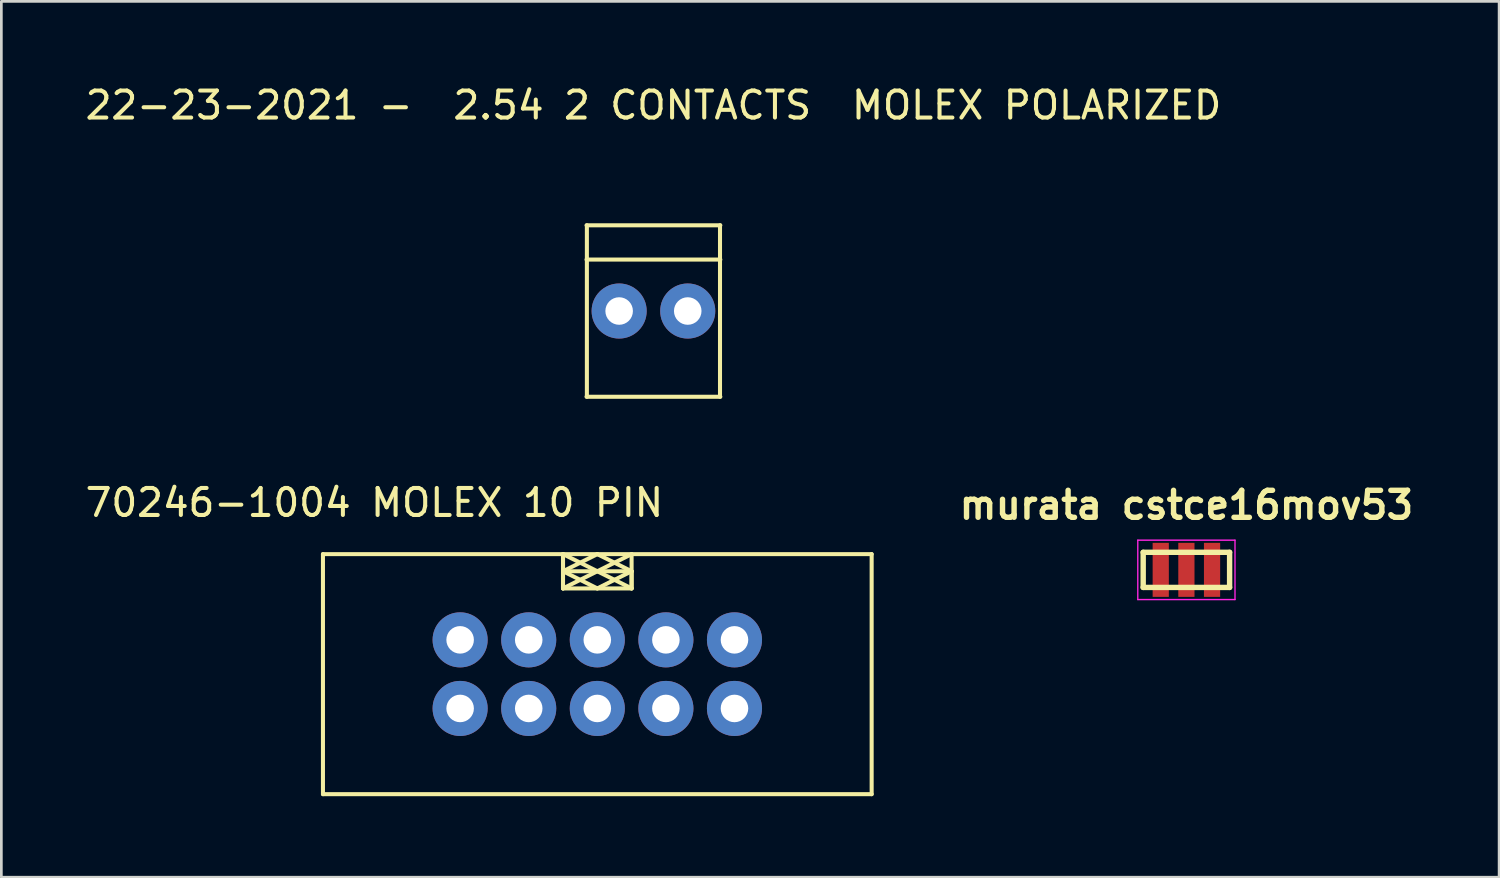
<source format=kicad_pcb>
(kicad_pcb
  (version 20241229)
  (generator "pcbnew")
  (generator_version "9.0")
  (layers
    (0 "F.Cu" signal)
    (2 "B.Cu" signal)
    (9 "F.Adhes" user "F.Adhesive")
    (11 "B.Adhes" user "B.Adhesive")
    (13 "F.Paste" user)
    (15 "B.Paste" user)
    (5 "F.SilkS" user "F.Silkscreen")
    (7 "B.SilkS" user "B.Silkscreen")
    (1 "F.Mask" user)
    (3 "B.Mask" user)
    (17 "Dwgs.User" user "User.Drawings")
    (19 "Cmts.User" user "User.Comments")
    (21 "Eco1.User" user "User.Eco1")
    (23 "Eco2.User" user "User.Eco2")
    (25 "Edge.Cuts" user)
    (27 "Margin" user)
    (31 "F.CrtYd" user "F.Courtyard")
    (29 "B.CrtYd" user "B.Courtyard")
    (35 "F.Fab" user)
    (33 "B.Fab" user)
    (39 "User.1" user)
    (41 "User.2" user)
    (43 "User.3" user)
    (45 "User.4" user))
  (footprint "70246-1004 MOLEX 10 PIN"
    (layer "F.Cu")
    (at 19.07 21.916)
    (property "Reference" "70246-1004 MOLEX 10 PIN" (at -8.255 -6.35 0) (layer "F.SilkS") (effects (font (size 1 1) (thickness 0.15))))
    (attr through_hole)
    (fp_line (start -10.16 -4.445) (end 10.16 -4.445) (stroke (width 0.15) (type solid)) (layer "F.SilkS"))
    (fp_line (start -10.16 4.445) (end -10.16 -4.445) (stroke (width 0.15) (type solid)) (layer "F.SilkS"))
    (fp_line (start -1.27 -4.445) (end -1.27 -3.175) (stroke (width 0.15) (type solid)) (layer "F.SilkS"))
    (fp_line (start -1.27 -4.445) (end 1.27 -3.175) (stroke (width 0.15) (type solid)) (layer "F.SilkS"))
    (fp_line (start -1.27 -3.81) (end 0 -4.445) (stroke (width 0.15) (type solid)) (layer "F.SilkS"))
    (fp_line (start -1.27 -3.175) (end -1.27 -4.445) (stroke (width 0.15) (type solid)) (layer "F.SilkS"))
    (fp_line (start -1.27 -3.175) (end 1.27 -3.175) (stroke (width 0.15) (type solid)) (layer "F.SilkS"))
    (fp_line (start 0 -4.445) (end 1.27 -3.81) (stroke (width 0.15) (type solid)) (layer "F.SilkS"))
    (fp_line (start 0 -3.175) (end -1.27 -3.81) (stroke (width 0.15) (type solid)) (layer "F.SilkS"))
    (fp_line (start 1.27 -4.445) (end -1.27 -3.175) (stroke (width 0.15) (type solid)) (layer "F.SilkS"))
    (fp_line (start 1.27 -3.81) (end -1.27 -3.81) (stroke (width 0.15) (type solid)) (layer "F.SilkS"))
    (fp_line (start 1.27 -3.81) (end 0 -3.175) (stroke (width 0.15) (type solid)) (layer "F.SilkS"))
    (fp_line (start 1.27 -3.175) (end 1.27 -4.445) (stroke (width 0.15) (type solid)) (layer "F.SilkS"))
    (fp_line (start 1.27 -3.175) (end 1.27 -3.81) (stroke (width 0.15) (type solid)) (layer "F.SilkS"))
    (fp_line (start 10.16 -4.445) (end 10.16 4.445) (stroke (width 0.15) (type solid)) (layer "F.SilkS"))
    (fp_line (start 10.16 4.445) (end -10.16 4.445) (stroke (width 0.15) (type solid)) (layer "F.SilkS"))
    (pad "1" thru_hole circle (at 5.08 -1.27) (size 2.04 2.04) (drill 1.02) (layers "*.Cu" "*.Mask"))
    (pad "2" thru_hole circle (at 5.08 1.27) (size 2.04 2.04) (drill 1.02) (layers "*.Cu" "*.Mask"))
    (pad "3" thru_hole circle (at 2.54 -1.27) (size 2.04 2.04) (drill 1.02) (layers "*.Cu" "*.Mask"))
    (pad "4" thru_hole circle (at 2.54 1.27) (size 2.04 2.04) (drill 1.02) (layers "*.Cu" "*.Mask"))
    (pad "5" thru_hole circle (at 0 -1.27) (size 2.04 2.04) (drill 1.02) (layers "*.Cu" "*.Mask"))
    (pad "6" thru_hole circle (at 0 1.27) (size 2.04 2.04) (drill 1.02) (layers "*.Cu" "*.Mask"))
    (pad "7" thru_hole circle (at -2.54 -1.27) (size 2.04 2.04) (drill 1.02) (layers "*.Cu" "*.Mask"))
    (pad "8" thru_hole circle (at -2.54 1.27) (size 2.04 2.04) (drill 1.02) (layers "*.Cu" "*.Mask"))
    (pad "9" thru_hole circle (at -5.08 -1.27) (size 2.04 2.04) (drill 1.02) (layers "*.Cu" "*.Mask"))
    (pad "10" thru_hole circle (at -5.08 1.27) (size 2.04 2.04) (drill 1.02) (layers "*.Cu" "*.Mask")))
  (footprint "22-23-2021 -  2.54 2 CONTACTS  MOLEX POLARIZED"
    (layer "F.Cu")
    (at 21.149 8.468)
    (property "Reference" "22-23-2021 -  2.54 2 CONTACTS  MOLEX POLARIZED" (at 0 -7.62 0) (layer "F.SilkS") (effects (font (size 1 1) (thickness 0.15))))
    (attr through_hole)
    (fp_line (start -2.477 -3.175) (end 2.477 -3.175) (stroke (width 0.15) (type solid)) (layer "F.SilkS"))
    (fp_line (start -2.477 -1.905) (end 2.477 -1.905) (stroke (width 0.15) (type solid)) (layer "F.SilkS"))
    (fp_line (start -2.477 3.175) (end 2.477 3.175) (stroke (width 0.15) (type solid)) (layer "F.SilkS"))
    (fp_line (start -2.465 -3.175) (end -2.465 3.175) (stroke (width 0.15) (type solid)) (layer "F.SilkS"))
    (fp_line (start 2.465 -3.175) (end 2.465 3.175) (stroke (width 0.15) (type solid)) (layer "F.SilkS"))
    (pad "1" thru_hole circle (at -1.27 0) (size 2.04 2.04) (drill 1.02) (layers "*.Cu" "*.Mask"))
    (pad "2" thru_hole circle (at 1.27 0) (size 2.04 2.04) (drill 1.02) (layers "*.Cu" "*.Mask")))
  (footprint "murata cstce16mov53"
    (layer "F.Cu")
    (at 40.886 18.054)
    (property "Reference" "murata cstce16mov53" (at 0 -2.4 0) (layer "F.SilkS") (effects (font (size 1 1) (thickness 0.2))))
    (attr through_hole)
    (fp_line (start -1.6 -0.65) (end -1.6 0.65) (stroke (width 0.2) (type solid)) (layer "F.SilkS"))
    (fp_line (start -1.6 -0.65) (end 1.6 -0.65) (stroke (width 0.2) (type solid)) (layer "F.SilkS"))
    (fp_line (start 1.6 -0.65) (end 1.6 0.65) (stroke (width 0.2) (type solid)) (layer "F.SilkS"))
    (fp_line (start 1.6 0.65) (end -1.6 0.65) (stroke (width 0.2) (type solid)) (layer "F.SilkS"))
    (fp_line (start -1.8 -1.1) (end 1.8 -1.1) (stroke (width 0.05) (type solid)) (layer "F.CrtYd"))
    (fp_line (start -1.8 1.1) (end -1.8 -1.1) (stroke (width 0.05) (type solid)) (layer "F.CrtYd"))
    (fp_line (start 1.8 -1.1) (end 1.8 1.1) (stroke (width 0.05) (type solid)) (layer "F.CrtYd"))
    (fp_line (start 1.8 1.1) (end -1.8 1.1) (stroke (width 0.05) (type solid)) (layer "F.CrtYd"))
    (pad "1" smd rect (at -0.95 0) (size 0.6 2) (layers "F.Cu" "F.Mask" "F.Paste"))
    (pad "2" smd rect (at 0 0) (size 0.6 2) (layers "F.Cu" "F.Mask" "F.Paste"))
    (pad "3" smd rect (at 0.95 0) (size 0.6 2) (layers "F.Cu" "F.Mask" "F.Paste")))
  (gr_rect
    (start -3 -3)
    (end 52.467 29.436)
    (stroke (width 0.1) (type default))
    (fill no)
    (layer "Edge.Cuts")))
</source>
